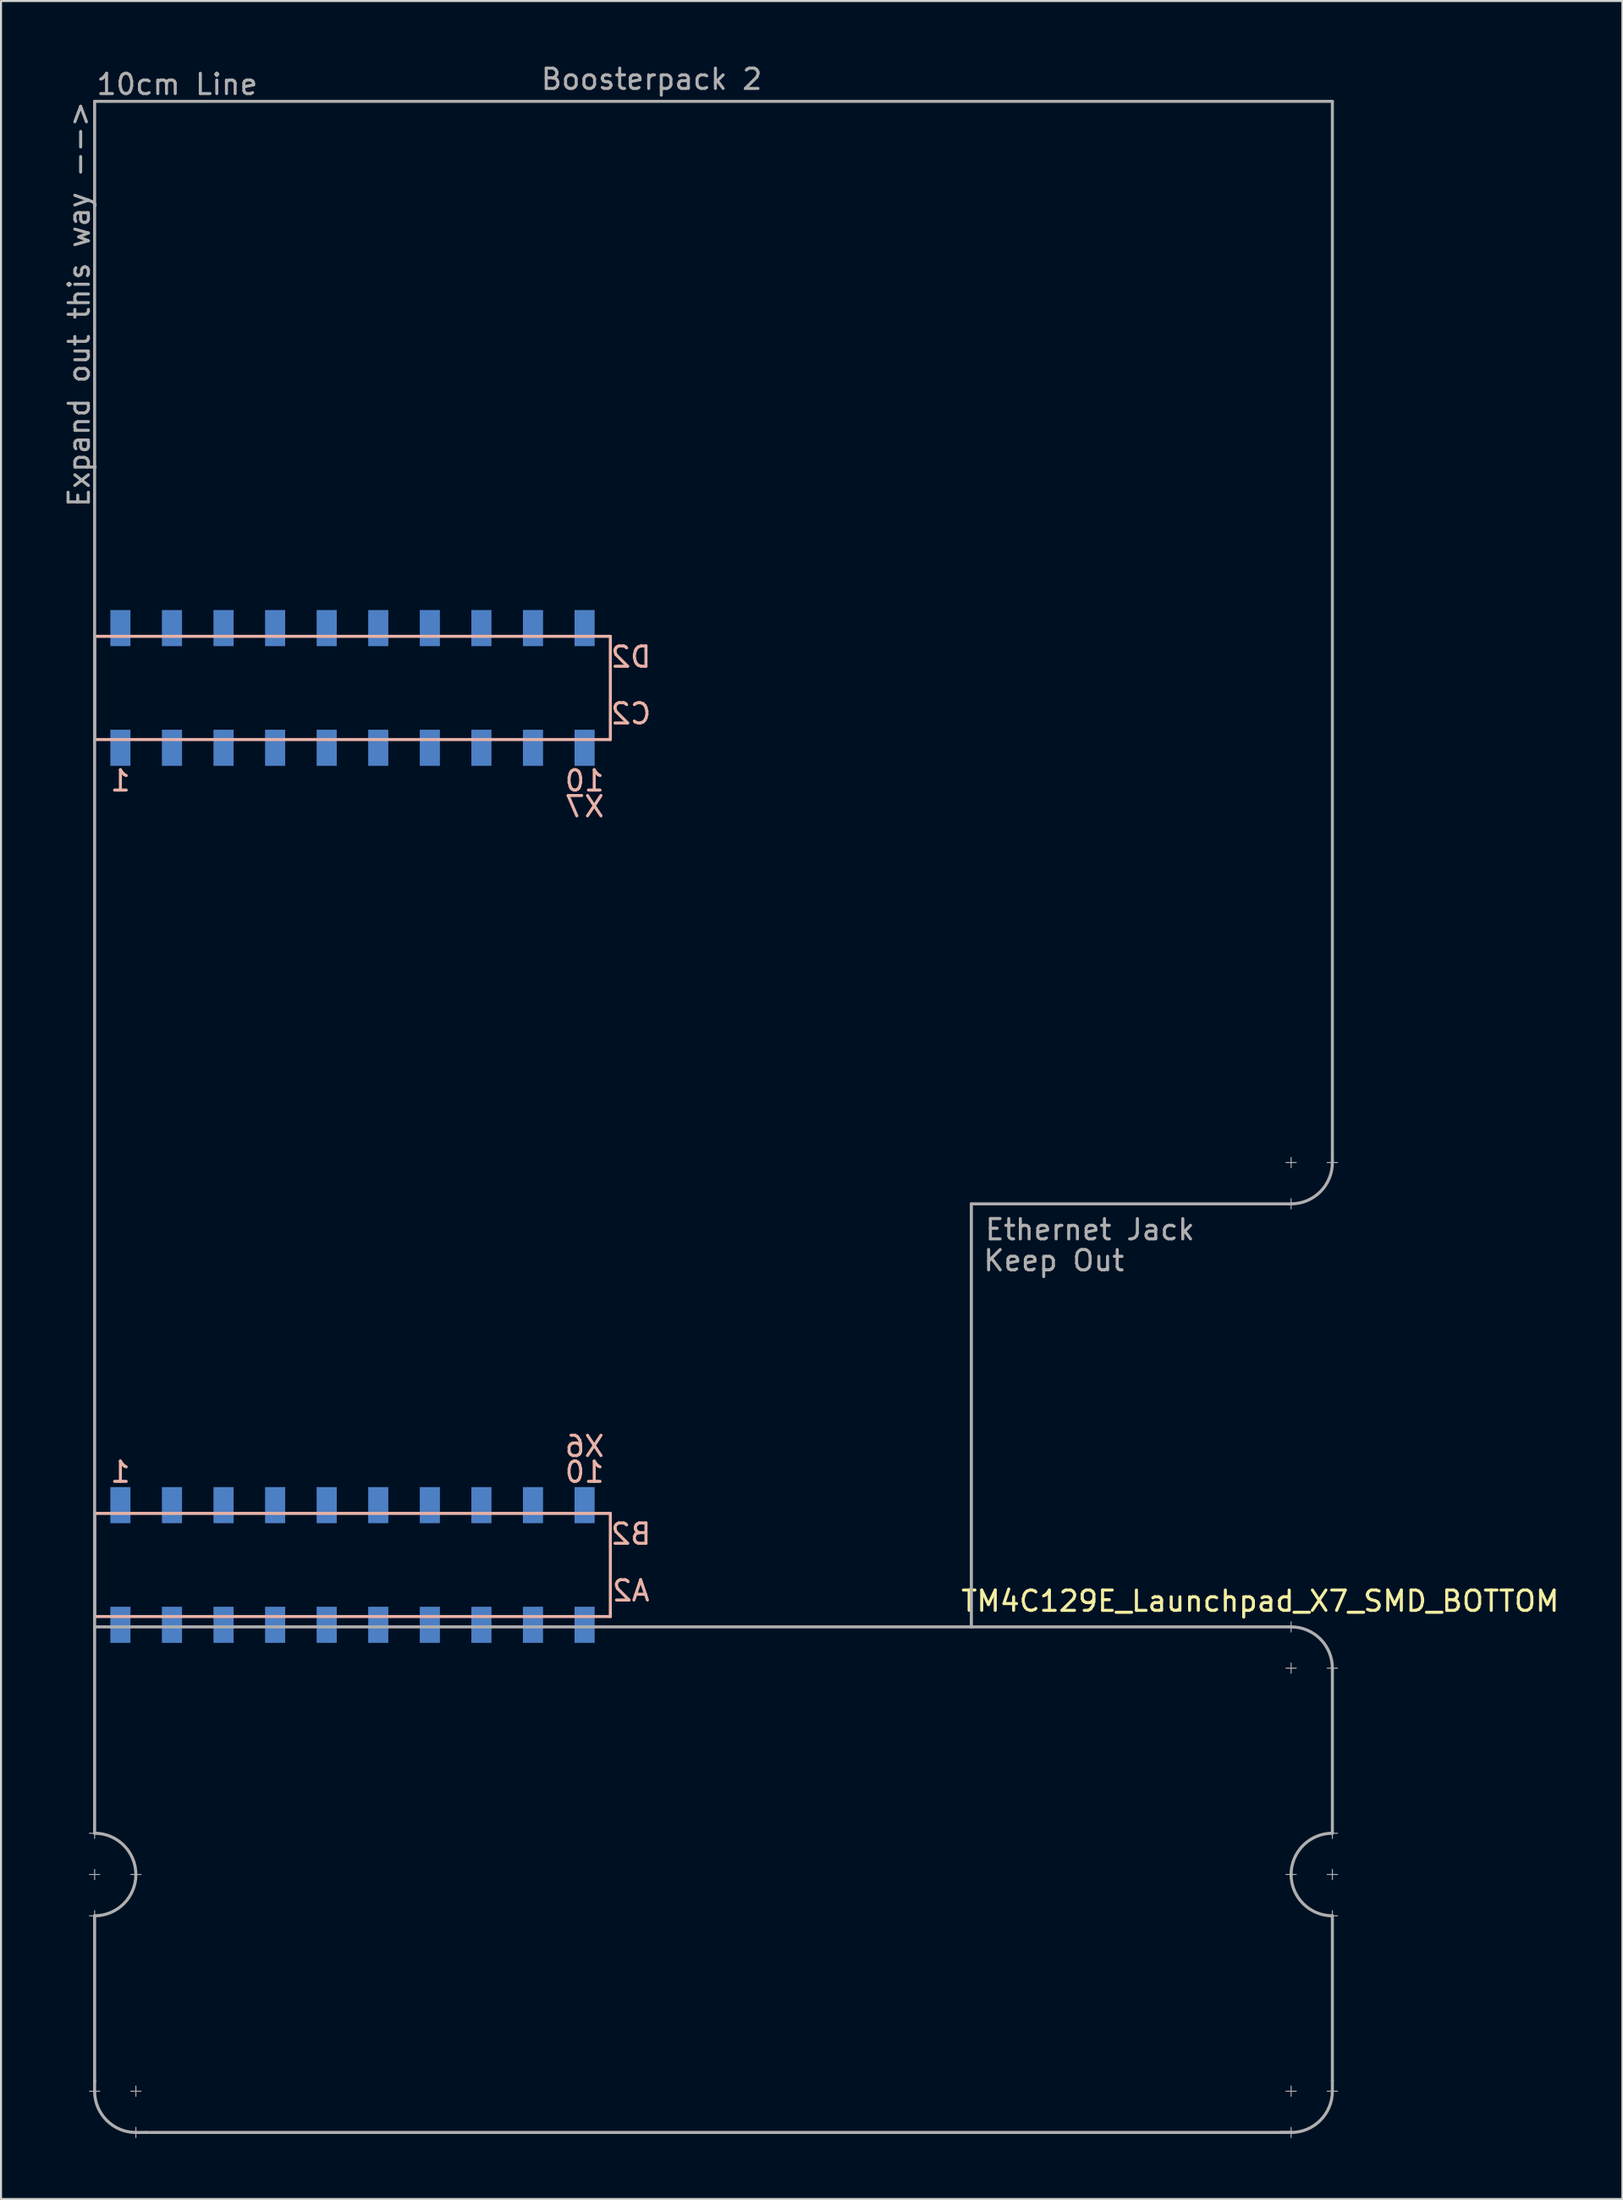
<source format=kicad_pcb>
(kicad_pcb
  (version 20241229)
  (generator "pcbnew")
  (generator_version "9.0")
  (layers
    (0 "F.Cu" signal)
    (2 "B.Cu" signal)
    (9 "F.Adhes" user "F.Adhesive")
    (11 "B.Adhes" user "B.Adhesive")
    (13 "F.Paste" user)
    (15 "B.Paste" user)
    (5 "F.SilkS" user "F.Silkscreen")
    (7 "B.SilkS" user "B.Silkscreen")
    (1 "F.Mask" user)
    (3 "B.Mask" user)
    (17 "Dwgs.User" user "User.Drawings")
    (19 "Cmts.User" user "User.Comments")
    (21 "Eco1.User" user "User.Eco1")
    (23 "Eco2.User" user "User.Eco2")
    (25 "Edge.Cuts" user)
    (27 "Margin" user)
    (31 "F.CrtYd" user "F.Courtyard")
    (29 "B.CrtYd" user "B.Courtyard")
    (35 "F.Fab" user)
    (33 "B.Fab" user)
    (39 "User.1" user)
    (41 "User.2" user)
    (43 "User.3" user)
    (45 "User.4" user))
  (footprint "TM4C129E_Launchpad_X7_SMD_BOTTOM"
    (layer "F.Cu")
    (at 1.61 76.54)
    (property "Reference" "TM4C129E_Launchpad_X7_SMD_BOTTOM" (at 57.404 -0.762 180) (layer "F.SilkS") (effects (font (size 1 1) (thickness 0.15))))
    (attr through_hole)
    (fp_line (start 0 -48.26) (end 0 -43.18) (stroke (width 0.15) (type solid)) (layer "B.SilkS"))
    (fp_line (start 0 -43.18) (end 25.4 -43.18) (stroke (width 0.15) (type solid)) (layer "B.SilkS"))
    (fp_line (start 0 -5.08) (end 0 0) (stroke (width 0.15) (type solid)) (layer "B.SilkS"))
    (fp_line (start 0 0) (end 25.4 0) (stroke (width 0.15) (type solid)) (layer "B.SilkS"))
    (fp_line (start 25.4 -48.26) (end 0 -48.26) (stroke (width 0.15) (type solid)) (layer "B.SilkS"))
    (fp_line (start 25.4 -43.18) (end 25.4 -48.26) (stroke (width 0.15) (type solid)) (layer "B.SilkS"))
    (fp_line (start 25.4 -5.08) (end 0 -5.08) (stroke (width 0.15) (type solid)) (layer "B.SilkS"))
    (fp_line (start 25.4 0) (end 25.4 -5.08) (stroke (width 0.15) (type solid)) (layer "B.SilkS"))
    (fp_line (start 0 -74.6) (end 60.96 -74.6) (stroke (width 0.15) (type solid)) (layer "F.Fab"))
    (fp_line (start 0 0) (end 0 -74.6) (stroke (width 0.15) (type solid)) (layer "F.Fab"))
    (fp_line (start 0 0) (end 0 10.668) (stroke (width 0.15) (type solid)) (layer "F.Fab"))
    (fp_line (start 0 0.508) (end 58.928 0.508) (stroke (width 0.15) (type solid)) (layer "F.Fab"))
    (fp_line (start 0 10.922) (end 0 10.414) (stroke (width 0.05) (type solid)) (layer "F.Fab"))
    (fp_line (start 0 12.954) (end 0 12.446) (stroke (width 0.05) (type solid)) (layer "F.Fab"))
    (fp_line (start 0 14.732) (end 0 22.86) (stroke (width 0.15) (type solid)) (layer "F.Fab"))
    (fp_line (start 0 14.986) (end 0 14.478) (stroke (width 0.05) (type solid)) (layer "F.Fab"))
    (fp_line (start 0 23.368) (end 0 22.835) (stroke (width 0.15) (type solid)) (layer "F.Fab"))
    (fp_line (start 0.254 10.668) (end -0.254 10.668) (stroke (width 0.05) (type solid)) (layer "F.Fab"))
    (fp_line (start 0.254 12.7) (end -0.254 12.7) (stroke (width 0.05) (type solid)) (layer "F.Fab"))
    (fp_line (start 0.254 14.732) (end -0.254 14.732) (stroke (width 0.05) (type solid)) (layer "F.Fab"))
    (fp_line (start 0.254 23.368) (end -0.254 23.368) (stroke (width 0.05) (type solid)) (layer "F.Fab"))
    (fp_line (start 2.032 23.622) (end 2.032 23.114) (stroke (width 0.05) (type solid)) (layer "F.Fab"))
    (fp_line (start 2.032 25.4) (end 2.54 25.4) (stroke (width 0.15) (type solid)) (layer "F.Fab"))
    (fp_line (start 2.032 25.654) (end 2.032 25.146) (stroke (width 0.05) (type solid)) (layer "F.Fab"))
    (fp_line (start 2.286 12.7) (end 1.778 12.7) (stroke (width 0.05) (type solid)) (layer "F.Fab"))
    (fp_line (start 2.286 23.368) (end 1.778 23.368) (stroke (width 0.05) (type solid)) (layer "F.Fab"))
    (fp_line (start 43.18 -20.32) (end 43.18 0.508) (stroke (width 0.15) (type solid)) (layer "F.Fab"))
    (fp_line (start 58.42 25.4) (end 58.928 25.4) (stroke (width 0.15) (type solid)) (layer "F.Fab"))
    (fp_line (start 58.674 -22.352) (end 59.182 -22.352) (stroke (width 0.05) (type solid)) (layer "F.Fab"))
    (fp_line (start 58.928 -22.098) (end 58.928 -22.606) (stroke (width 0.05) (type solid)) (layer "F.Fab"))
    (fp_line (start 58.928 -20.32) (end 43.18 -20.32) (stroke (width 0.15) (type solid)) (layer "F.Fab"))
    (fp_line (start 58.928 -20.066) (end 58.928 -20.574) (stroke (width 0.05) (type solid)) (layer "F.Fab"))
    (fp_line (start 58.928 0.762) (end 58.928 0.254) (stroke (width 0.05) (type solid)) (layer "F.Fab"))
    (fp_line (start 58.928 2.794) (end 58.928 2.286) (stroke (width 0.05) (type solid)) (layer "F.Fab"))
    (fp_line (start 58.928 23.622) (end 58.928 23.114) (stroke (width 0.05) (type solid)) (layer "F.Fab"))
    (fp_line (start 58.928 25.4) (end 2.54 25.4) (stroke (width 0.15) (type solid)) (layer "F.Fab"))
    (fp_line (start 58.928 25.654) (end 58.928 25.146) (stroke (width 0.05) (type solid)) (layer "F.Fab"))
    (fp_line (start 59.182 2.54) (end 58.674 2.54) (stroke (width 0.05) (type solid)) (layer "F.Fab"))
    (fp_line (start 59.182 12.7) (end 58.674 12.7) (stroke (width 0.05) (type solid)) (layer "F.Fab"))
    (fp_line (start 59.182 23.368) (end 58.674 23.368) (stroke (width 0.05) (type solid)) (layer "F.Fab"))
    (fp_line (start 60.706 -22.352) (end 61.214 -22.352) (stroke (width 0.05) (type solid)) (layer "F.Fab"))
    (fp_line (start 60.96 -74.6) (end 60.96 -22.352) (stroke (width 0.15) (type solid)) (layer "F.Fab"))
    (fp_line (start 60.96 2.54) (end 60.96 10.668) (stroke (width 0.15) (type solid)) (layer "F.Fab"))
    (fp_line (start 60.96 10.922) (end 60.96 10.414) (stroke (width 0.05) (type solid)) (layer "F.Fab"))
    (fp_line (start 60.96 12.954) (end 60.96 12.446) (stroke (width 0.05) (type solid)) (layer "F.Fab"))
    (fp_line (start 60.96 14.732) (end 60.96 22.86) (stroke (width 0.15) (type solid)) (layer "F.Fab"))
    (fp_line (start 60.96 14.986) (end 60.96 14.478) (stroke (width 0.05) (type solid)) (layer "F.Fab"))
    (fp_line (start 60.96 23.368) (end 60.96 22.86) (stroke (width 0.15) (type solid)) (layer "F.Fab"))
    (fp_line (start 61.214 2.54) (end 60.706 2.54) (stroke (width 0.05) (type solid)) (layer "F.Fab"))
    (fp_line (start 61.214 10.668) (end 60.706 10.668) (stroke (width 0.05) (type solid)) (layer "F.Fab"))
    (fp_line (start 61.214 12.7) (end 60.706 12.7) (stroke (width 0.05) (type solid)) (layer "F.Fab"))
    (fp_line (start 61.214 14.732) (end 60.706 14.732) (stroke (width 0.05) (type solid)) (layer "F.Fab"))
    (fp_line (start 61.214 23.368) (end 60.706 23.368) (stroke (width 0.05) (type solid)) (layer "F.Fab"))
    (fp_arc (start 0 10.668) (mid 1.436841 11.263159) (end 2.032 12.7) (stroke (width 0.15) (type solid)) (layer "F.Fab"))
    (fp_arc (start 2.032 12.7) (mid 1.436841 14.136841) (end 0 14.732) (stroke (width 0.15) (type solid)) (layer "F.Fab"))
    (fp_arc (start 2.032 25.4) (mid 0.595159 24.804841) (end 0 23.368) (stroke (width 0.15) (type solid)) (layer "F.Fab"))
    (fp_arc (start 58.928 0.508) (mid 60.364841 1.103159) (end 60.96 2.54) (stroke (width 0.15) (type solid)) (layer "F.Fab"))
    (fp_arc (start 58.928 12.7) (mid 59.523159 11.263159) (end 60.96 10.668) (stroke (width 0.15) (type solid)) (layer "F.Fab"))
    (fp_arc (start 60.96 -22.352) (mid 60.364841 -20.915159) (end 58.928 -20.32) (stroke (width 0.15) (type solid)) (layer "F.Fab"))
    (fp_arc (start 60.96 14.732) (mid 59.523159 14.136841) (end 58.928 12.7) (stroke (width 0.15) (type solid)) (layer "F.Fab"))
    (fp_arc (start 60.96 23.368) (mid 60.364841 24.804841) (end 58.928 25.4) (stroke (width 0.15) (type solid)) (layer "F.Fab"))
    (fp_text user "X6" (at 24.13 -8.382 0) (layer "B.SilkS") (effects (font (size 1 1) (thickness 0.15)) (justify mirror)))
    (fp_text user "C2" (at 26.416 -44.45 180) (layer "B.SilkS") (effects (font (size 1 1) (thickness 0.15)) (justify mirror)))
    (fp_text user "1" (at 1.27 -7.112 180) (layer "B.SilkS") (effects (font (size 1 1) (thickness 0.15)) (justify mirror)))
    (fp_text user "D2" (at 26.416 -47.244 0) (layer "B.SilkS") (effects (font (size 1 1) (thickness 0.15)) (justify mirror)))
    (fp_text user "10" (at 24.13 -41.148 180) (layer "B.SilkS") (effects (font (size 1 1) (thickness 0.15)) (justify mirror)))
    (fp_text user "A2" (at 26.416 -1.27 180) (layer "B.SilkS") (effects (font (size 1 1) (thickness 0.15)) (justify mirror)))
    (fp_text user "10" (at 24.13 -7.112 180) (layer "B.SilkS") (effects (font (size 1 1) (thickness 0.15)) (justify mirror)))
    (fp_text user "X7" (at 24.13 -39.878 180) (layer "B.SilkS") (effects (font (size 1 1) (thickness 0.15)) (justify mirror)))
    (fp_text user "B2" (at 26.416 -4.064 180) (layer "B.SilkS") (effects (font (size 1 1) (thickness 0.15)) (justify mirror)))
    (fp_text user "1" (at 1.27 -41.148 180) (layer "B.SilkS") (effects (font (size 1 1) (thickness 0.15)) (justify mirror)))
    (fp_text user "Ethernet Jack" (at 49.022 -19.05 0) (layer "F.Fab") (effects (font (size 1 1) (thickness 0.15))))
    (fp_text user "Boosterpack 2" (at 27.432 -75.692 0) (layer "F.Fab") (effects (font (size 1 1) (thickness 0.15))))
    (fp_text user "10cm Line" (at 4.064 -75.438 0) (layer "F.Fab") (effects (font (size 1 1) (thickness 0.15))))
    (fp_text user "Keep Out" (at 47.244 -17.526 0) (layer "F.Fab") (effects (font (size 1 1) (thickness 0.15))))
    (fp_text user "Expand out this way -->" (at -0.762 -64.618 90) (layer "F.Fab") (effects (font (size 1 1) (thickness 0.15))))
    (pad "+3V3" smd rect (at 1.27 0.406 180) (size 0.991 1.778) (layers "B.Cu" "B.Mask" "B.Paste"))
    (pad "+5V" smd rect (at 1.27 -5.486 180) (size 0.991 1.778) (layers "B.Cu" "B.Mask" "B.Paste"))
    (pad "GND" smd rect (at 1.27 -48.666 180) (size 0.991 1.778) (layers "B.Cu" "B.Mask" "B.Paste"))
    (pad "GND" smd rect (at 3.81 -5.486 180) (size 0.991 1.778) (layers "B.Cu" "B.Mask" "B.Paste"))
    (pad "PA4" smd rect (at 21.59 -5.486 180) (size 0.991 1.778) (layers "B.Cu" "B.Mask" "B.Paste"))
    (pad "PA5" smd rect (at 24.13 -5.486 180) (size 0.991 1.778) (layers "B.Cu" "B.Mask" "B.Paste"))
    (pad "PA7" smd rect (at 8.89 -48.666 180) (size 0.991 1.778) (layers "B.Cu" "B.Mask" "B.Paste"))
    (pad "PB4" smd rect (at 6.35 -5.486 180) (size 0.991 1.778) (layers "B.Cu" "B.Mask" "B.Paste"))
    (pad "PB5" smd rect (at 8.89 -5.486 180) (size 0.991 1.778) (layers "B.Cu" "B.Mask" "B.Paste"))
    (pad "PD2" smd rect (at 3.81 0.406 180) (size 0.991 1.778) (layers "B.Cu" "B.Mask" "B.Paste"))
    (pad "PD4" smd rect (at 11.43 0.406 180) (size 0.991 1.778) (layers "B.Cu" "B.Mask" "B.Paste"))
    (pad "PD5" smd rect (at 13.97 0.406 180) (size 0.991 1.778) (layers "B.Cu" "B.Mask" "B.Paste"))
    (pad "PG1" smd rect (at 1.27 -42.774 180) (size 0.991 1.778) (layers "B.Cu" "B.Mask" "B.Paste"))
    (pad "PH0" smd rect (at 16.51 -42.774 180) (size 0.991 1.778) (layers "B.Cu" "B.Mask" "B.Paste"))
    (pad "PH1" smd rect (at 19.05 -42.774 180) (size 0.991 1.778) (layers "B.Cu" "B.Mask" "B.Paste"))
    (pad "PK0" smd rect (at 11.43 -5.486 180) (size 0.991 1.778) (layers "B.Cu" "B.Mask" "B.Paste"))
    (pad "PK1" smd rect (at 13.97 -5.486 180) (size 0.991 1.778) (layers "B.Cu" "B.Mask" "B.Paste"))
    (pad "PK2" smd rect (at 16.51 -5.486 180) (size 0.991 1.778) (layers "B.Cu" "B.Mask" "B.Paste"))
    (pad "PK3" smd rect (at 19.05 -5.486 180) (size 0.991 1.778) (layers "B.Cu" "B.Mask" "B.Paste"))
    (pad "PK4" smd rect (at 3.81 -42.774 180) (size 0.991 1.778) (layers "B.Cu" "B.Mask" "B.Paste"))
    (pad "PK5" smd rect (at 6.35 -42.774 180) (size 0.991 1.778) (layers "B.Cu" "B.Mask" "B.Paste"))
    (pad "PK6" smd rect (at 21.59 -42.774 180) (size 0.991 1.778) (layers "B.Cu" "B.Mask" "B.Paste"))
    (pad "PK7" smd rect (at 24.13 -42.774 180) (size 0.991 1.778) (layers "B.Cu" "B.Mask" "B.Paste"))
    (pad "PM0" smd rect (at 8.89 -42.774 180) (size 0.991 1.778) (layers "B.Cu" "B.Mask" "B.Paste"))
    (pad "PM1" smd rect (at 11.43 -42.774 180) (size 0.991 1.778) (layers "B.Cu" "B.Mask" "B.Paste"))
    (pad "PM2" smd rect (at 13.97 -42.774 180) (size 0.991 1.778) (layers "B.Cu" "B.Mask" "B.Paste"))
    (pad "PM6" smd rect (at 24.13 -48.666 180) (size 0.991 1.778) (layers "B.Cu" "B.Mask" "B.Paste"))
    (pad "PM7" smd rect (at 3.81 -48.666 180) (size 0.991 1.778) (layers "B.Cu" "B.Mask" "B.Paste"))
    (pad "PN4" smd rect (at 24.13 0.406 180) (size 0.991 1.778) (layers "B.Cu" "B.Mask" "B.Paste"))
    (pad "PN5" smd rect (at 21.59 0.406 180) (size 0.991 1.778) (layers "B.Cu" "B.Mask" "B.Paste"))
    (pad "PP0" smd rect (at 6.35 0.406 180) (size 0.991 1.778) (layers "B.Cu" "B.Mask" "B.Paste"))
    (pad "PP1" smd rect (at 8.89 0.406 180) (size 0.991 1.778) (layers "B.Cu" "B.Mask" "B.Paste"))
    (pad "PP3" smd rect (at 19.05 -48.666 180) (size 0.991 1.778) (layers "B.Cu" "B.Mask" "B.Paste"))
    (pad "PP4" smd rect (at 19.05 0.406 180) (size 0.991 1.778) (layers "B.Cu" "B.Mask" "B.Paste"))
    (pad "PP5" smd rect (at 6.35 -48.666 180) (size 0.991 1.778) (layers "B.Cu" "B.Mask" "B.Paste"))
    (pad "PQ0" smd rect (at 16.51 0.406 180) (size 0.991 1.778) (layers "B.Cu" "B.Mask" "B.Paste"))
    (pad "PQ1" smd rect (at 21.59 -48.666 180) (size 0.991 1.778) (layers "B.Cu" "B.Mask" "B.Paste"))
    (pad "PQ2" smd rect (at 13.97 -48.666 180) (size 0.991 1.778) (layers "B.Cu" "B.Mask" "B.Paste"))
    (pad "PQ3" smd rect (at 16.51 -48.666 180) (size 0.991 1.778) (layers "B.Cu" "B.Mask" "B.Paste"))
    (pad "Rese" smd rect (at 11.43 -48.666 180) (size 0.991 1.778) (layers "B.Cu" "B.Mask" "B.Paste")))
  (gr_rect
    (start -3 -3)
    (end 76.854 105.219)
    (stroke (width 0.1) (type default))
    (fill no)
    (layer "Edge.Cuts")))
</source>
